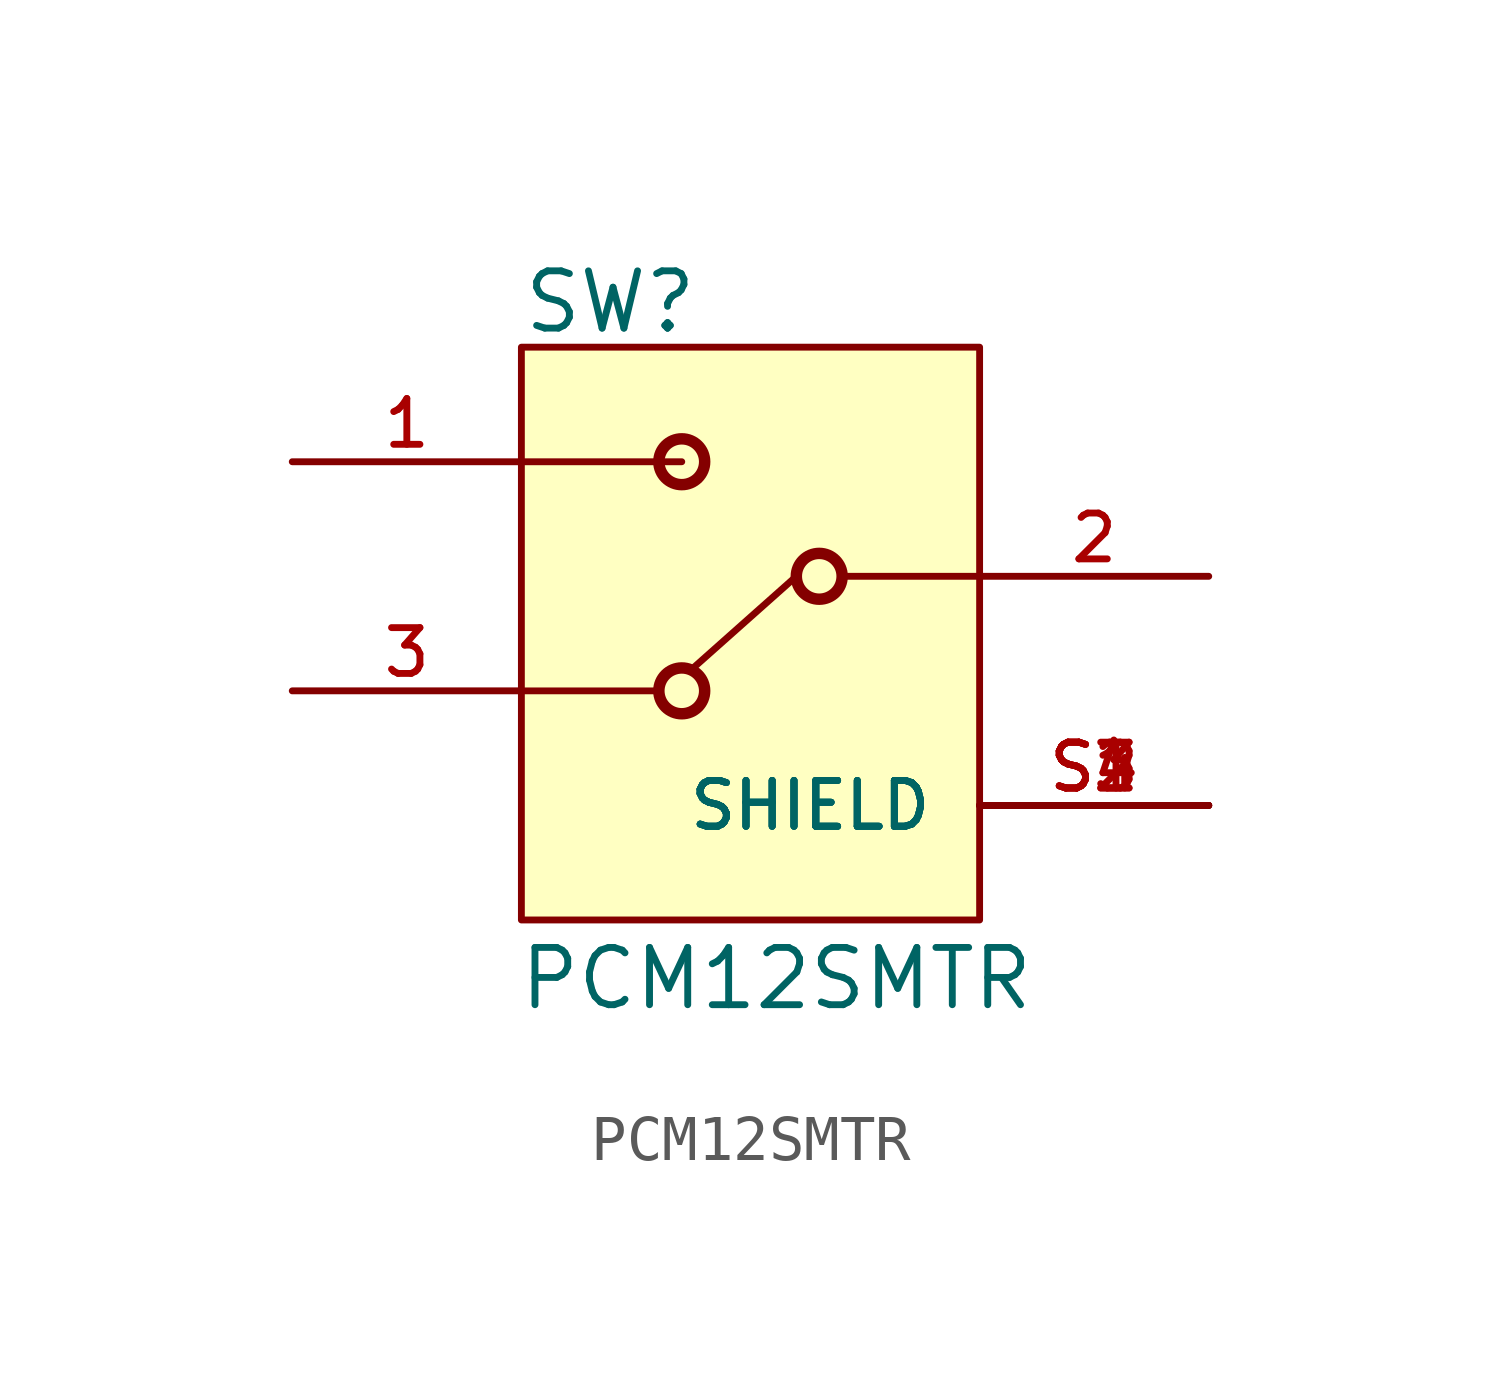
<source format=kicad_sym>
(kicad_symbol_lib
  (version 20211014)
  (generator kicad_symbol_editor)
  (symbol "PCM12SMTR"
    (pin_names
      (offset 1.016))
    (property "Reference" "SW"
      (at -5.084 5.339 0)
      (effects (font (size 1.27 1.27)) (justify bottom left)))
    (property "Value" "PCM12SMTR"
      (at -5.181 -9.662 0)
      (effects (font (size 1.27 1.27)) (justify bottom left)))
    (symbol "PCM12SMTR_0_0"
      (circle (center -1.524 2.54) (radius 0.508) (stroke (width 0.254)) (fill (type none)))
      (circle (center -1.524 -2.54) (radius 0.508) (stroke (width 0.254)) (fill (type none)))
      (circle (center 1.524 0.0) (radius 0.508) (stroke (width 0.254)) (fill (type none)))
      (polyline (pts (xy -5.08 2.54) (xy -1.524 2.54)) (stroke (width 0.152)))
      (polyline (pts (xy -5.08 -2.54) (xy -2.032 -2.54)) (stroke (width 0.152)))
      (polyline (pts (xy 2.032 0.0) (xy 5.08 0.0)) (stroke (width 0.152)))
      (polyline (pts (xy 1.016 0.0) (xy -1.27 -2.032)) (stroke (width 0.152)))
      (rectangle (start -5.08 -7.62) (end 5.08 5.08) (stroke (width 0.152)) (fill (type background)))
      (pin passive line (at -10.16 2.54 0) (length 5.08) (name "~" (effects (font (size 1.016 1.016)))) (number "1" (effects (font (size 1.016 1.016)))))
      (pin passive line (at -10.16 -2.54 0) (length 5.08) (name "~" (effects (font (size 1.016 1.016)))) (number "3" (effects (font (size 1.016 1.016)))))
      (pin passive line (at 10.16 0.0 180.0) (length 5.08) (name "~" (effects (font (size 1.016 1.016)))) (number "2" (effects (font (size 1.016 1.016)))))
      (pin passive line (at 10.16 -5.08 180.0) (length 5.08) (name "SHIELD" (effects (font (size 1.016 1.016)))) (number "S1" (effects (font (size 1.016 1.016)))))
      (pin passive line (at 10.16 -5.08 180.0) (length 5.08) (name "SHIELD" (effects (font (size 1.016 1.016)))) (number "S2" (effects (font (size 1.016 1.016)))))
      (pin passive line (at 10.16 -5.08 180.0) (length 5.08) (name "SHIELD" (effects (font (size 1.016 1.016)))) (number "S3" (effects (font (size 1.016 1.016)))))
      (pin passive line (at 10.16 -5.08 180.0) (length 5.08) (name "SHIELD" (effects (font (size 1.016 1.016)))) (number "S4" (effects (font (size 1.016 1.016))))))))
</source>
